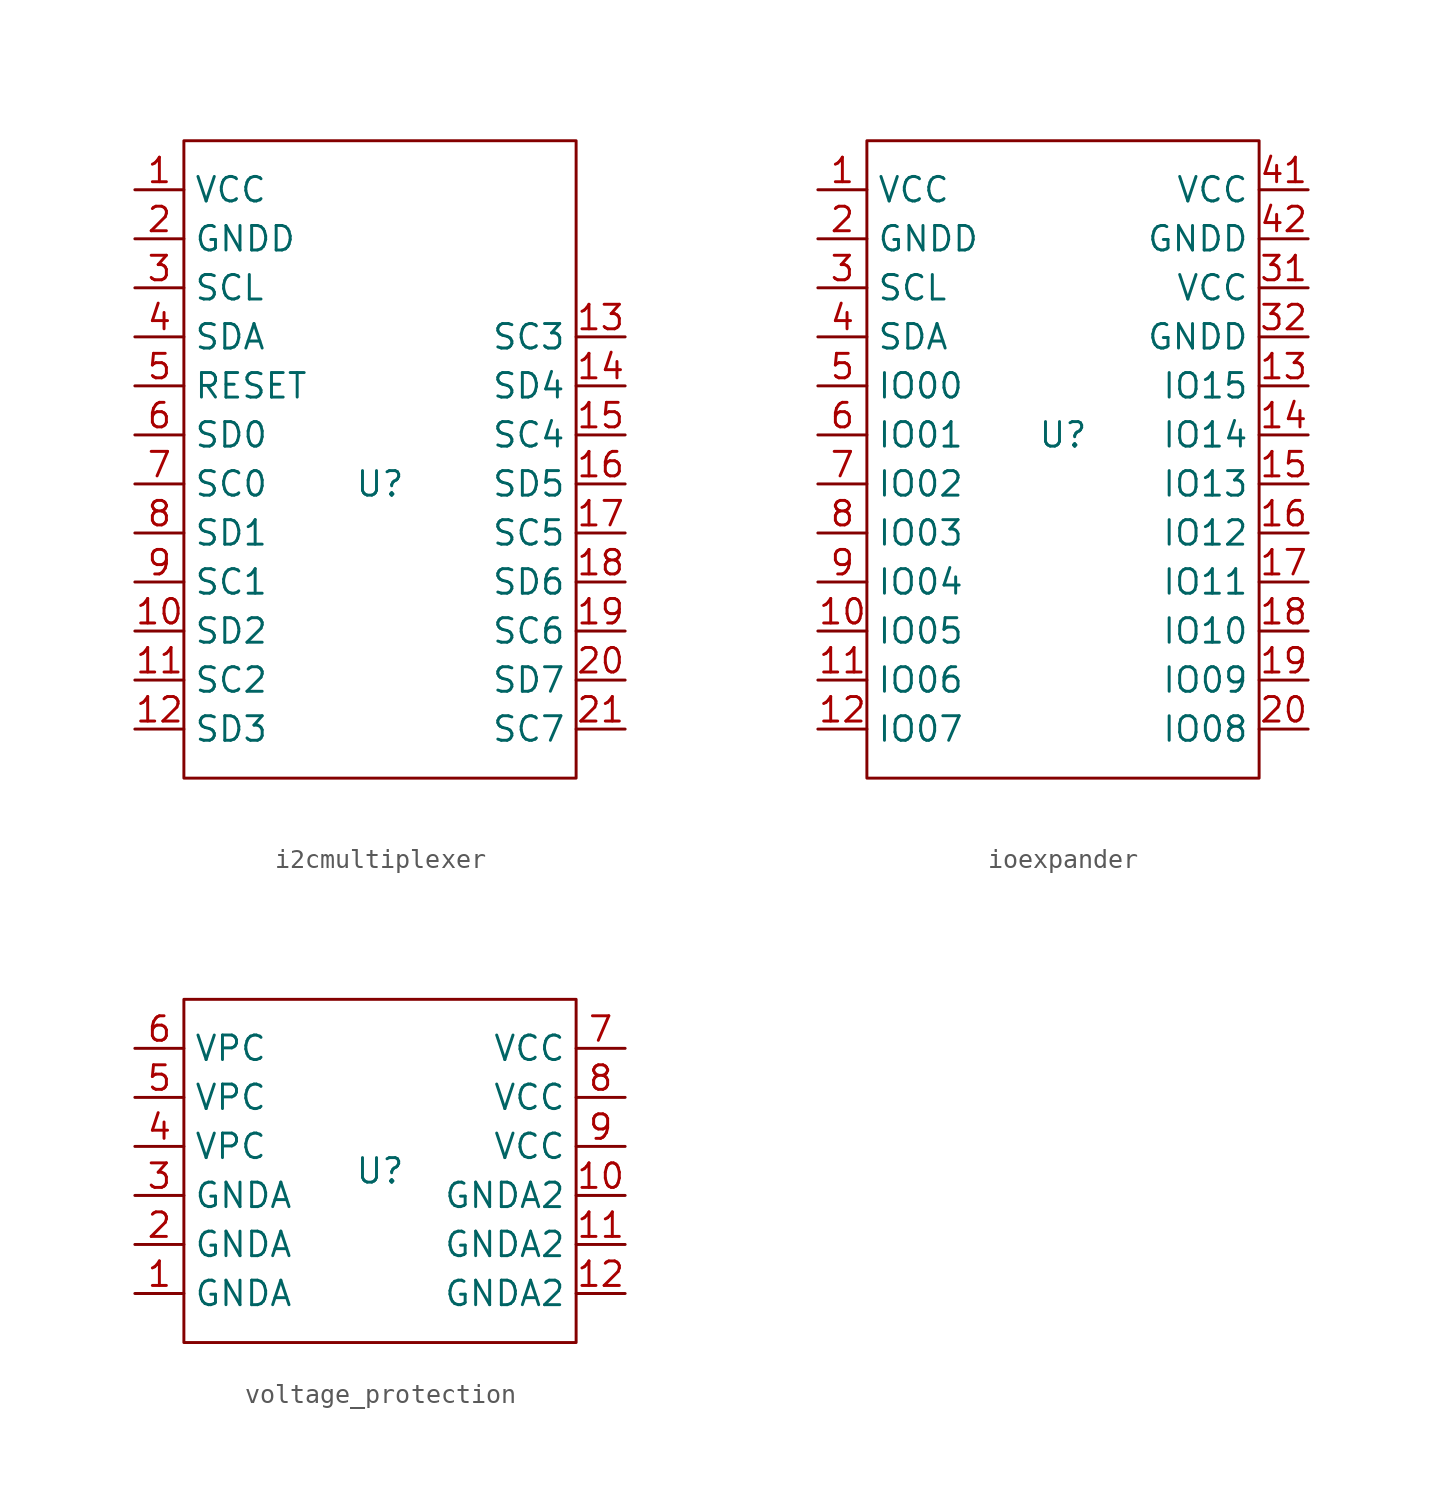
<source format=kicad_sym>
(kicad_symbol_lib
  (version 20231120)
  (generator "kicad_symbol_editor")
  (generator_version "8.0")
  (symbol "i2cmultiplexer"
    (property "Reference" "U"
      (at 0 0 0)
      (effects (font (size 1.27 1.27))))
    (property "Value" ""
      (at 0 0 0)
      (effects (font (size 1.27 1.27))))
    (symbol "i2cmultiplexer_0_1"
      (rectangle (start -10.16 17.78) (end 10.16 -15.24) (stroke (width 0) (type default)) (fill (type none))))
    (symbol "i2cmultiplexer_1_1"
      (pin power_in line (at -12.7 15.24 0) (length 2.54) (name "VCC" (effects (font (size 1.27 1.27)))) (number "1" (effects (font (size 1.27 1.27)))))
      (pin output line (at -12.7 -7.62 0) (length 2.54) (name "SD2" (effects (font (size 1.27 1.27)))) (number "10" (effects (font (size 1.27 1.27)))))
      (pin output line (at -12.7 -10.16 0) (length 2.54) (name "SC2" (effects (font (size 1.27 1.27)))) (number "11" (effects (font (size 1.27 1.27)))))
      (pin output line (at -12.7 -12.7 0) (length 2.54) (name "SD3" (effects (font (size 1.27 1.27)))) (number "12" (effects (font (size 1.27 1.27)))))
      (pin output line (at 12.7 7.62 180) (length 2.54) (name "SC3" (effects (font (size 1.27 1.27)))) (number "13" (effects (font (size 1.27 1.27)))))
      (pin output line (at 12.7 5.08 180) (length 2.54) (name "SD4" (effects (font (size 1.27 1.27)))) (number "14" (effects (font (size 1.27 1.27)))))
      (pin output line (at 12.7 2.54 180) (length 2.54) (name "SC4" (effects (font (size 1.27 1.27)))) (number "15" (effects (font (size 1.27 1.27)))))
      (pin output line (at 12.7 0 180) (length 2.54) (name "SD5" (effects (font (size 1.27 1.27)))) (number "16" (effects (font (size 1.27 1.27)))))
      (pin output line (at 12.7 -2.54 180) (length 2.54) (name "SC5" (effects (font (size 1.27 1.27)))) (number "17" (effects (font (size 1.27 1.27)))))
      (pin output line (at 12.7 -5.08 180) (length 2.54) (name "SD6" (effects (font (size 1.27 1.27)))) (number "18" (effects (font (size 1.27 1.27)))))
      (pin output line (at 12.7 -7.62 180) (length 2.54) (name "SC6" (effects (font (size 1.27 1.27)))) (number "19" (effects (font (size 1.27 1.27)))))
      (pin power_in line (at -12.7 12.7 0) (length 2.54) (name "GNDD" (effects (font (size 1.27 1.27)))) (number "2" (effects (font (size 1.27 1.27)))))
      (pin output line (at 12.7 -10.16 180) (length 2.54) (name "SD7" (effects (font (size 1.27 1.27)))) (number "20" (effects (font (size 1.27 1.27)))))
      (pin output line (at 12.7 -12.7 180) (length 2.54) (name "SC7" (effects (font (size 1.27 1.27)))) (number "21" (effects (font (size 1.27 1.27)))))
      (pin bidirectional line (at -12.7 10.16 0) (length 2.54) (name "SCL" (effects (font (size 1.27 1.27)))) (number "3" (effects (font (size 1.27 1.27)))))
      (pin bidirectional line (at -12.7 7.62 0) (length 2.54) (name "SDA" (effects (font (size 1.27 1.27)))) (number "4" (effects (font (size 1.27 1.27)))))
      (pin input line (at -12.7 5.08 0) (length 2.54) (name "RESET" (effects (font (size 1.27 1.27)))) (number "5" (effects (font (size 1.27 1.27)))))
      (pin output line (at -12.7 2.54 0) (length 2.54) (name "SD0" (effects (font (size 1.27 1.27)))) (number "6" (effects (font (size 1.27 1.27)))))
      (pin output line (at -12.7 0 0) (length 2.54) (name "SC0" (effects (font (size 1.27 1.27)))) (number "7" (effects (font (size 1.27 1.27)))))
      (pin output line (at -12.7 -2.54 0) (length 2.54) (name "SD1" (effects (font (size 1.27 1.27)))) (number "8" (effects (font (size 1.27 1.27)))))
      (pin output line (at -12.7 -5.08 0) (length 2.54) (name "SC1" (effects (font (size 1.27 1.27)))) (number "9" (effects (font (size 1.27 1.27)))))))
  (symbol "ioexpander"
    (property "Reference" "U"
      (at 0 0 0)
      (effects (font (size 1.27 1.27))))
    (property "Value" ""
      (at 0 0 0)
      (effects (font (size 1.27 1.27))))
    (symbol "ioexpander_0_1"
      (rectangle (start -10.16 15.24) (end 10.16 -17.78) (stroke (width 0) (type default)) (fill (type none))))
    (symbol "ioexpander_1_0"
      (pin power_in line (at -12.7 12.7 0) (length 2.54) (name "VCC" (effects (font (size 1.27 1.27)))) (number "1" (effects (font (size 1.27 1.27)))))
      (pin passive line (at -12.7 10.16 0) (length 2.54) (name "GNDD" (effects (font (size 1.27 1.27)))) (number "2" (effects (font (size 1.27 1.27)))))
      (pin power_in line (at 12.7 7.62 180) (length 2.54) (name "VCC" (effects (font (size 1.27 1.27)))) (number "31" (effects (font (size 1.27 1.27)))))
      (pin passive line (at 12.7 5.08 180) (length 2.54) (name "GNDD" (effects (font (size 1.27 1.27)))) (number "32" (effects (font (size 1.27 1.27)))))
      (pin power_in line (at 12.7 12.7 180) (length 2.54) (name "VCC" (effects (font (size 1.27 1.27)))) (number "41" (effects (font (size 1.27 1.27)))))
      (pin passive line (at 12.7 10.16 180) (length 2.54) (name "GNDD" (effects (font (size 1.27 1.27)))) (number "42" (effects (font (size 1.27 1.27))))))
    (symbol "ioexpander_1_1"
      (pin output line (at -12.7 -10.16 0) (length 2.54) (name "IO05" (effects (font (size 1.27 1.27)))) (number "10" (effects (font (size 1.27 1.27)))))
      (pin output line (at -12.7 -12.7 0) (length 2.54) (name "IO06" (effects (font (size 1.27 1.27)))) (number "11" (effects (font (size 1.27 1.27)))))
      (pin output line (at -12.7 -15.24 0) (length 2.54) (name "IO07" (effects (font (size 1.27 1.27)))) (number "12" (effects (font (size 1.27 1.27)))))
      (pin output line (at 12.7 2.54 180) (length 2.54) (name "IO15" (effects (font (size 1.27 1.27)))) (number "13" (effects (font (size 1.27 1.27)))))
      (pin output line (at 12.7 0 180) (length 2.54) (name "IO14" (effects (font (size 1.27 1.27)))) (number "14" (effects (font (size 1.27 1.27)))))
      (pin output line (at 12.7 -2.54 180) (length 2.54) (name "IO13" (effects (font (size 1.27 1.27)))) (number "15" (effects (font (size 1.27 1.27)))))
      (pin output line (at 12.7 -5.08 180) (length 2.54) (name "IO12" (effects (font (size 1.27 1.27)))) (number "16" (effects (font (size 1.27 1.27)))))
      (pin output line (at 12.7 -7.62 180) (length 2.54) (name "IO11" (effects (font (size 1.27 1.27)))) (number "17" (effects (font (size 1.27 1.27)))))
      (pin output line (at 12.7 -10.16 180) (length 2.54) (name "IO10" (effects (font (size 1.27 1.27)))) (number "18" (effects (font (size 1.27 1.27)))))
      (pin output line (at 12.7 -12.7 180) (length 2.54) (name "IO09" (effects (font (size 1.27 1.27)))) (number "19" (effects (font (size 1.27 1.27)))))
      (pin output line (at 12.7 -15.24 180) (length 2.54) (name "IO08" (effects (font (size 1.27 1.27)))) (number "20" (effects (font (size 1.27 1.27)))))
      (pin bidirectional line (at -12.7 7.62 0) (length 2.54) (name "SCL" (effects (font (size 1.27 1.27)))) (number "3" (effects (font (size 1.27 1.27)))))
      (pin bidirectional line (at -12.7 5.08 0) (length 2.54) (name "SDA" (effects (font (size 1.27 1.27)))) (number "4" (effects (font (size 1.27 1.27)))))
      (pin output line (at -12.7 2.54 0) (length 2.54) (name "IO00" (effects (font (size 1.27 1.27)))) (number "5" (effects (font (size 1.27 1.27)))))
      (pin output line (at -12.7 0 0) (length 2.54) (name "IO01" (effects (font (size 1.27 1.27)))) (number "6" (effects (font (size 1.27 1.27)))))
      (pin output line (at -12.7 -2.54 0) (length 2.54) (name "IO02" (effects (font (size 1.27 1.27)))) (number "7" (effects (font (size 1.27 1.27)))))
      (pin output line (at -12.7 -5.08 0) (length 2.54) (name "IO03" (effects (font (size 1.27 1.27)))) (number "8" (effects (font (size 1.27 1.27)))))
      (pin output line (at -12.7 -7.62 0) (length 2.54) (name "IO04" (effects (font (size 1.27 1.27)))) (number "9" (effects (font (size 1.27 1.27)))))))
  (symbol "voltage_protection"
    (property "Reference" "U"
      (at 0 0 0)
      (effects (font (size 1.27 1.27))))
    (property "Value" ""
      (at 0 -3.81 0)
      (effects (font (size 1.27 1.27))))
    (symbol "voltage_protection_0_1"
      (rectangle (start -10.16 8.89) (end 10.16 -8.89) (stroke (width 0) (type default)) (fill (type none))))
    (symbol "voltage_protection_1_1"
      (pin passive line (at -12.7 -6.35 0) (length 2.54) (name "GNDA" (effects (font (size 1.27 1.27)))) (number "1" (effects (font (size 1.27 1.27)))))
      (pin passive line (at 12.7 -1.27 180) (length 2.54) (name "GNDA2" (effects (font (size 1.27 1.27)))) (number "10" (effects (font (size 1.27 1.27)))))
      (pin passive line (at 12.7 -3.81 180) (length 2.54) (name "GNDA2" (effects (font (size 1.27 1.27)))) (number "11" (effects (font (size 1.27 1.27)))))
      (pin passive line (at 12.7 -6.35 180) (length 2.54) (name "GNDA2" (effects (font (size 1.27 1.27)))) (number "12" (effects (font (size 1.27 1.27)))))
      (pin passive line (at -12.7 -3.81 0) (length 2.54) (name "GNDA" (effects (font (size 1.27 1.27)))) (number "2" (effects (font (size 1.27 1.27)))))
      (pin passive line (at -12.7 -1.27 0) (length 2.54) (name "GNDA" (effects (font (size 1.27 1.27)))) (number "3" (effects (font (size 1.27 1.27)))))
      (pin power_in line (at -12.7 1.27 0) (length 2.54) (name "VPC" (effects (font (size 1.27 1.27)))) (number "4" (effects (font (size 1.27 1.27)))))
      (pin power_in line (at -12.7 3.81 0) (length 2.54) (name "VPC" (effects (font (size 1.27 1.27)))) (number "5" (effects (font (size 1.27 1.27)))))
      (pin power_in line (at -12.7 6.35 0) (length 2.54) (name "VPC" (effects (font (size 1.27 1.27)))) (number "6" (effects (font (size 1.27 1.27)))))
      (pin power_in line (at 12.7 6.35 180) (length 2.54) (name "VCC" (effects (font (size 1.27 1.27)))) (number "7" (effects (font (size 1.27 1.27)))))
      (pin power_in line (at 12.7 3.81 180) (length 2.54) (name "VCC" (effects (font (size 1.27 1.27)))) (number "8" (effects (font (size 1.27 1.27)))))
      (pin power_in line (at 12.7 1.27 180) (length 2.54) (name "VCC" (effects (font (size 1.27 1.27)))) (number "9" (effects (font (size 1.27 1.27))))))))
</source>
